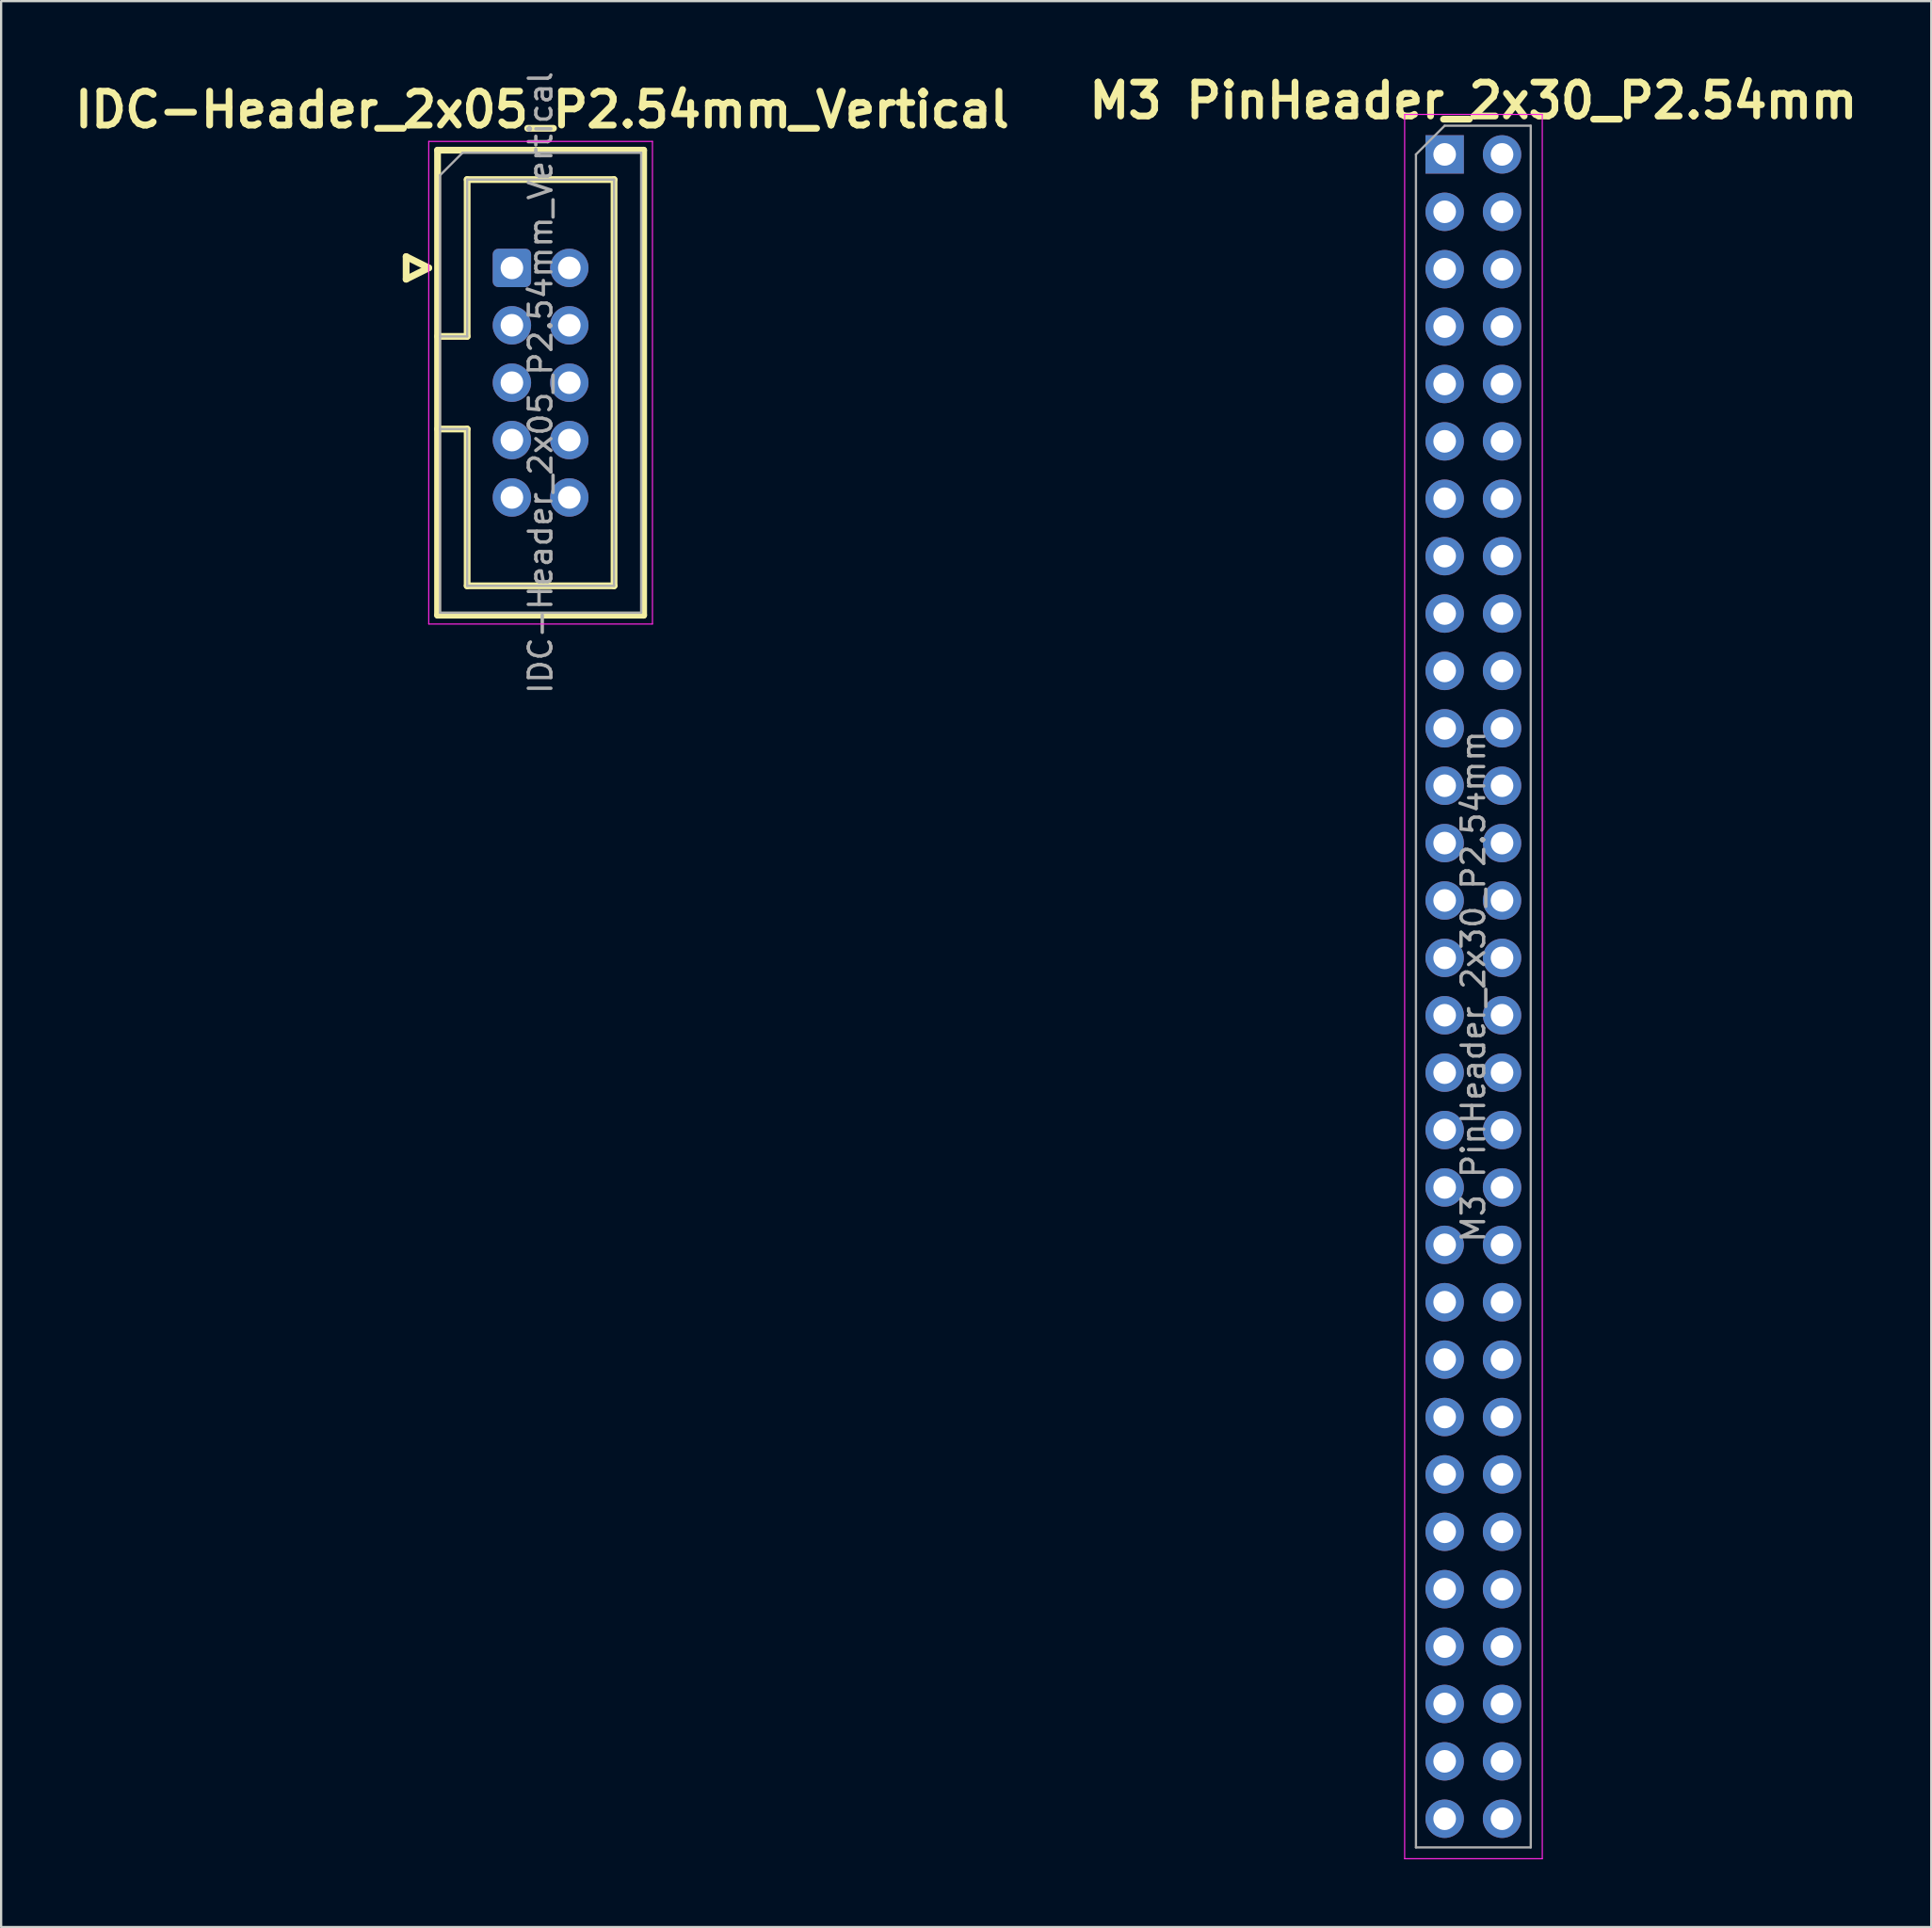
<source format=kicad_pcb>
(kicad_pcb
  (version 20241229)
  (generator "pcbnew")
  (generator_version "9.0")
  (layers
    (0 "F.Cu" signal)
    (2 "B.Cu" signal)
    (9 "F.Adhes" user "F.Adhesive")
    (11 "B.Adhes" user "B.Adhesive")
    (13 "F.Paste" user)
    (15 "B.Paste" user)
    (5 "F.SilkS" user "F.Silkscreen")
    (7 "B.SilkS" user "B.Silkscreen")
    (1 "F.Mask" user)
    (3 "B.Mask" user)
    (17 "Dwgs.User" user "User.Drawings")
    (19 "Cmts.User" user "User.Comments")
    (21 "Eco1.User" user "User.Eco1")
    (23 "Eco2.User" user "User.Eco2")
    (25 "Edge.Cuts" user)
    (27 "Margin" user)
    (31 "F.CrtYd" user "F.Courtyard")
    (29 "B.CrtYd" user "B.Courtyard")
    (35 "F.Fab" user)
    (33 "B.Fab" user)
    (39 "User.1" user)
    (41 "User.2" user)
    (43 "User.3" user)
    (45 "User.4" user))
  (footprint "M3 PinHeader_2x30_P2.54mm"
    (layer "F.Cu")
    (at 60.88 3.784)
    (property "Reference" "M3 PinHeader_2x30_P2.54mm" (at 1.27 -2.38 0) (layer "F.SilkS") (effects (font (size 1.5 1.5) (thickness 0.3) (bold yes))))
    (attr through_hole)
    (fp_line (start -1.77 -1.77) (end -1.77 75.43) (stroke (width 0.05) (type solid)) (layer "F.CrtYd"))
    (fp_line (start -1.77 75.43) (end 4.32 75.43) (stroke (width 0.05) (type solid)) (layer "F.CrtYd"))
    (fp_line (start 4.32 -1.77) (end -1.77 -1.77) (stroke (width 0.05) (type solid)) (layer "F.CrtYd"))
    (fp_line (start 4.32 75.43) (end 4.32 -1.77) (stroke (width 0.05) (type solid)) (layer "F.CrtYd"))
    (fp_line (start -1.27 0) (end 0 -1.27) (stroke (width 0.1) (type solid)) (layer "F.Fab"))
    (fp_line (start -1.27 74.93) (end -1.27 0) (stroke (width 0.1) (type solid)) (layer "F.Fab"))
    (fp_line (start 0 -1.27) (end 3.81 -1.27) (stroke (width 0.1) (type solid)) (layer "F.Fab"))
    (fp_line (start 3.81 -1.27) (end 3.81 74.93) (stroke (width 0.1) (type solid)) (layer "F.Fab"))
    (fp_line (start 3.81 74.93) (end -1.27 74.93) (stroke (width 0.1) (type solid)) (layer "F.Fab"))
    (fp_text user "${REFERENCE}" (at 1.27 36.83 270) (layer "F.Fab") (effects (font (size 1 1) (thickness 0.15))))
    (pad "1" thru_hole rect (at 0 0) (size 1.7 1.7) (drill 1) (layers "*.Cu" "*.Mask"))
    (pad "2" thru_hole circle (at 2.54 0) (size 1.7 1.7) (drill 1) (layers "*.Cu" "*.Mask"))
    (pad "3" thru_hole circle (at 0 2.54) (size 1.7 1.7) (drill 1) (layers "*.Cu" "*.Mask"))
    (pad "4" thru_hole circle (at 2.54 2.54) (size 1.7 1.7) (drill 1) (layers "*.Cu" "*.Mask"))
    (pad "5" thru_hole circle (at 0 5.08) (size 1.7 1.7) (drill 1) (layers "*.Cu" "*.Mask"))
    (pad "6" thru_hole circle (at 2.54 5.08) (size 1.7 1.7) (drill 1) (layers "*.Cu" "*.Mask"))
    (pad "7" thru_hole circle (at 0 7.62) (size 1.7 1.7) (drill 1) (layers "*.Cu" "*.Mask"))
    (pad "8" thru_hole circle (at 2.54 7.62) (size 1.7 1.7) (drill 1) (layers "*.Cu" "*.Mask"))
    (pad "9" thru_hole circle (at 0 10.16) (size 1.7 1.7) (drill 1) (layers "*.Cu" "*.Mask"))
    (pad "10" thru_hole circle (at 2.54 10.16) (size 1.7 1.7) (drill 1) (layers "*.Cu" "*.Mask"))
    (pad "11" thru_hole circle (at 0 12.7) (size 1.7 1.7) (drill 1) (layers "*.Cu" "*.Mask"))
    (pad "12" thru_hole circle (at 2.54 12.7) (size 1.7 1.7) (drill 1) (layers "*.Cu" "*.Mask"))
    (pad "13" thru_hole circle (at 0 15.24) (size 1.7 1.7) (drill 1) (layers "*.Cu" "*.Mask"))
    (pad "14" thru_hole circle (at 2.54 15.24) (size 1.7 1.7) (drill 1) (layers "*.Cu" "*.Mask"))
    (pad "15" thru_hole circle (at 0 17.78) (size 1.7 1.7) (drill 1) (layers "*.Cu" "*.Mask"))
    (pad "16" thru_hole circle (at 2.54 17.78) (size 1.7 1.7) (drill 1) (layers "*.Cu" "*.Mask"))
    (pad "17" thru_hole circle (at 0 20.32) (size 1.7 1.7) (drill 1) (layers "*.Cu" "*.Mask"))
    (pad "18" thru_hole circle (at 2.54 20.32) (size 1.7 1.7) (drill 1) (layers "*.Cu" "*.Mask"))
    (pad "19" thru_hole circle (at 0 22.86) (size 1.7 1.7) (drill 1) (layers "*.Cu" "*.Mask"))
    (pad "20" thru_hole circle (at 2.54 22.86) (size 1.7 1.7) (drill 1) (layers "*.Cu" "*.Mask"))
    (pad "21" thru_hole circle (at 0 25.4) (size 1.7 1.7) (drill 1) (layers "*.Cu" "*.Mask"))
    (pad "22" thru_hole circle (at 2.54 25.4) (size 1.7 1.7) (drill 1) (layers "*.Cu" "*.Mask"))
    (pad "23" thru_hole circle (at 0 27.94) (size 1.7 1.7) (drill 1) (layers "*.Cu" "*.Mask"))
    (pad "24" thru_hole circle (at 2.54 27.94) (size 1.7 1.7) (drill 1) (layers "*.Cu" "*.Mask"))
    (pad "25" thru_hole circle (at 0 30.48) (size 1.7 1.7) (drill 1) (layers "*.Cu" "*.Mask"))
    (pad "26" thru_hole circle (at 2.54 30.48) (size 1.7 1.7) (drill 1) (layers "*.Cu" "*.Mask"))
    (pad "27" thru_hole circle (at 0 33.02) (size 1.7 1.7) (drill 1) (layers "*.Cu" "*.Mask"))
    (pad "28" thru_hole circle (at 2.54 33.02) (size 1.7 1.7) (drill 1) (layers "*.Cu" "*.Mask"))
    (pad "29" thru_hole circle (at 0 35.56) (size 1.7 1.7) (drill 1) (layers "*.Cu" "*.Mask"))
    (pad "30" thru_hole circle (at 2.54 35.56) (size 1.7 1.7) (drill 1) (layers "*.Cu" "*.Mask"))
    (pad "31" thru_hole circle (at 0 38.1) (size 1.7 1.7) (drill 1) (layers "*.Cu" "*.Mask"))
    (pad "32" thru_hole circle (at 2.54 38.1) (size 1.7 1.7) (drill 1) (layers "*.Cu" "*.Mask"))
    (pad "33" thru_hole circle (at 0 40.64) (size 1.7 1.7) (drill 1) (layers "*.Cu" "*.Mask"))
    (pad "34" thru_hole circle (at 2.54 40.64) (size 1.7 1.7) (drill 1) (layers "*.Cu" "*.Mask"))
    (pad "35" thru_hole circle (at 0 43.18) (size 1.7 1.7) (drill 1) (layers "*.Cu" "*.Mask"))
    (pad "36" thru_hole circle (at 2.54 43.18) (size 1.7 1.7) (drill 1) (layers "*.Cu" "*.Mask"))
    (pad "37" thru_hole circle (at 0 45.72) (size 1.7 1.7) (drill 1) (layers "*.Cu" "*.Mask"))
    (pad "38" thru_hole circle (at 2.54 45.72) (size 1.7 1.7) (drill 1) (layers "*.Cu" "*.Mask"))
    (pad "39" thru_hole circle (at 0 48.26) (size 1.7 1.7) (drill 1) (layers "*.Cu" "*.Mask"))
    (pad "40" thru_hole circle (at 2.54 48.26) (size 1.7 1.7) (drill 1) (layers "*.Cu" "*.Mask"))
    (pad "41" thru_hole circle (at 0 50.8) (size 1.7 1.7) (drill 1) (layers "*.Cu" "*.Mask"))
    (pad "42" thru_hole circle (at 2.54 50.8) (size 1.7 1.7) (drill 1) (layers "*.Cu" "*.Mask"))
    (pad "43" thru_hole circle (at 0 53.34) (size 1.7 1.7) (drill 1) (layers "*.Cu" "*.Mask"))
    (pad "44" thru_hole circle (at 2.54 53.34) (size 1.7 1.7) (drill 1) (layers "*.Cu" "*.Mask"))
    (pad "45" thru_hole circle (at 0 55.88) (size 1.7 1.7) (drill 1) (layers "*.Cu" "*.Mask"))
    (pad "46" thru_hole circle (at 2.54 55.88) (size 1.7 1.7) (drill 1) (layers "*.Cu" "*.Mask"))
    (pad "47" thru_hole circle (at 0 58.42) (size 1.7 1.7) (drill 1) (layers "*.Cu" "*.Mask"))
    (pad "48" thru_hole circle (at 2.54 58.42) (size 1.7 1.7) (drill 1) (layers "*.Cu" "*.Mask"))
    (pad "49" thru_hole circle (at 0 60.96) (size 1.7 1.7) (drill 1) (layers "*.Cu" "*.Mask"))
    (pad "50" thru_hole circle (at 2.54 60.96) (size 1.7 1.7) (drill 1) (layers "*.Cu" "*.Mask"))
    (pad "51" thru_hole circle (at 0 63.5) (size 1.7 1.7) (drill 1) (layers "*.Cu" "*.Mask"))
    (pad "52" thru_hole circle (at 2.54 63.5) (size 1.7 1.7) (drill 1) (layers "*.Cu" "*.Mask"))
    (pad "53" thru_hole circle (at 0 66.04) (size 1.7 1.7) (drill 1) (layers "*.Cu" "*.Mask"))
    (pad "54" thru_hole circle (at 2.54 66.04) (size 1.7 1.7) (drill 1) (layers "*.Cu" "*.Mask"))
    (pad "55" thru_hole circle (at 0 68.58) (size 1.7 1.7) (drill 1) (layers "*.Cu" "*.Mask"))
    (pad "56" thru_hole circle (at 2.54 68.58) (size 1.7 1.7) (drill 1) (layers "*.Cu" "*.Mask"))
    (pad "57" thru_hole circle (at 0 71.12) (size 1.7 1.7) (drill 1) (layers "*.Cu" "*.Mask"))
    (pad "58" thru_hole circle (at 2.54 71.12) (size 1.7 1.7) (drill 1) (layers "*.Cu" "*.Mask"))
    (pad "59" thru_hole circle (at 0 73.66) (size 1.7 1.7) (drill 1) (layers "*.Cu" "*.Mask"))
    (pad "60" thru_hole circle (at 2.54 73.66) (size 1.7 1.7) (drill 1) (layers "*.Cu" "*.Mask")))
  (footprint "IDC-Header_2x05_P2.54mm_Vertical"
    (layer "F.Cu")
    (at 19.603 8.807)
    (property "Reference" "IDC-Header_2x05_P2.54mm_Vertical" (at 1.34 -7 0) (layer "F.SilkS") (effects (font (size 1.5 1.5) (thickness 0.3) (bold yes))))
    (attr through_hole)
    (fp_line (start -4.68 -0.5) (end -4.68 0.5) (stroke (width 0.3) (type solid)) (layer "F.SilkS"))
    (fp_line (start -4.68 0.5) (end -3.68 0) (stroke (width 0.3) (type solid)) (layer "F.SilkS"))
    (fp_line (start -3.68 0) (end -4.68 -0.5) (stroke (width 0.3) (type solid)) (layer "F.SilkS"))
    (fp_line (start -3.29 -5.21) (end 5.83 -5.21) (stroke (width 0.3) (type solid)) (layer "F.SilkS"))
    (fp_line (start -3.29 3.03) (end -1.98 3.03) (stroke (width 0.3) (type solid)) (layer "F.SilkS"))
    (fp_line (start -3.29 15.37) (end -3.29 -5.21) (stroke (width 0.3) (type solid)) (layer "F.SilkS"))
    (fp_line (start -1.98 -3.91) (end 4.52 -3.91) (stroke (width 0.3) (type solid)) (layer "F.SilkS"))
    (fp_line (start -1.98 3.03) (end -1.98 -3.91) (stroke (width 0.3) (type solid)) (layer "F.SilkS"))
    (fp_line (start -1.98 7.13) (end -3.29 7.13) (stroke (width 0.3) (type solid)) (layer "F.SilkS"))
    (fp_line (start -1.98 14.07) (end -1.98 7.13) (stroke (width 0.3) (type solid)) (layer "F.SilkS"))
    (fp_line (start 4.52 -3.91) (end 4.52 14.07) (stroke (width 0.3) (type solid)) (layer "F.SilkS"))
    (fp_line (start 4.52 14.07) (end -1.98 14.07) (stroke (width 0.3) (type solid)) (layer "F.SilkS"))
    (fp_line (start 5.83 -5.21) (end 5.83 15.37) (stroke (width 0.3) (type solid)) (layer "F.SilkS"))
    (fp_line (start 5.83 15.37) (end -3.29 15.37) (stroke (width 0.3) (type solid)) (layer "F.SilkS"))
    (fp_line (start -3.68 -5.6) (end -3.68 15.76) (stroke (width 0.05) (type solid)) (layer "F.CrtYd"))
    (fp_line (start -3.68 15.76) (end 6.22 15.76) (stroke (width 0.05) (type solid)) (layer "F.CrtYd"))
    (fp_line (start 6.22 -5.6) (end -3.68 -5.6) (stroke (width 0.05) (type solid)) (layer "F.CrtYd"))
    (fp_line (start 6.22 15.76) (end 6.22 -5.6) (stroke (width 0.05) (type solid)) (layer "F.CrtYd"))
    (fp_line (start -3.18 -4.1) (end -2.18 -5.1) (stroke (width 0.1) (type solid)) (layer "F.Fab"))
    (fp_line (start -3.18 3.03) (end -1.98 3.03) (stroke (width 0.1) (type solid)) (layer "F.Fab"))
    (fp_line (start -3.18 15.26) (end -3.18 -4.1) (stroke (width 0.1) (type solid)) (layer "F.Fab"))
    (fp_line (start -2.18 -5.1) (end 5.72 -5.1) (stroke (width 0.1) (type solid)) (layer "F.Fab"))
    (fp_line (start -1.98 -3.91) (end 4.52 -3.91) (stroke (width 0.1) (type solid)) (layer "F.Fab"))
    (fp_line (start -1.98 3.03) (end -1.98 -3.91) (stroke (width 0.1) (type solid)) (layer "F.Fab"))
    (fp_line (start -1.98 7.13) (end -3.18 7.13) (stroke (width 0.1) (type solid)) (layer "F.Fab"))
    (fp_line (start -1.98 14.07) (end -1.98 7.13) (stroke (width 0.1) (type solid)) (layer "F.Fab"))
    (fp_line (start 4.52 -3.91) (end 4.52 14.07) (stroke (width 0.1) (type solid)) (layer "F.Fab"))
    (fp_line (start 4.52 14.07) (end -1.98 14.07) (stroke (width 0.1) (type solid)) (layer "F.Fab"))
    (fp_line (start 5.72 -5.1) (end 5.72 15.26) (stroke (width 0.1) (type solid)) (layer "F.Fab"))
    (fp_line (start 5.72 15.26) (end -3.18 15.26) (stroke (width 0.1) (type solid)) (layer "F.Fab"))
    (fp_text user "${REFERENCE}" (at 1.27 5.08 90) (layer "F.Fab") (effects (font (size 1 1) (thickness 0.15))))
    (pad "1" thru_hole roundrect (at 0 0) (size 1.7 1.7) (drill 1) (layers "*.Cu" "*.Mask") (roundrect_rratio 0.147))
    (pad "2" thru_hole circle (at 2.54 0) (size 1.7 1.7) (drill 1) (layers "*.Cu" "*.Mask"))
    (pad "3" thru_hole circle (at 0 2.54) (size 1.7 1.7) (drill 1) (layers "*.Cu" "*.Mask"))
    (pad "4" thru_hole circle (at 2.54 2.54) (size 1.7 1.7) (drill 1) (layers "*.Cu" "*.Mask"))
    (pad "5" thru_hole circle (at 0 5.08) (size 1.7 1.7) (drill 1) (layers "*.Cu" "*.Mask"))
    (pad "6" thru_hole circle (at 2.54 5.08) (size 1.7 1.7) (drill 1) (layers "*.Cu" "*.Mask"))
    (pad "7" thru_hole circle (at 0 7.62) (size 1.7 1.7) (drill 1) (layers "*.Cu" "*.Mask"))
    (pad "8" thru_hole circle (at 2.54 7.62) (size 1.7 1.7) (drill 1) (layers "*.Cu" "*.Mask"))
    (pad "9" thru_hole circle (at 0 10.16) (size 1.7 1.7) (drill 1) (layers "*.Cu" "*.Mask"))
    (pad "10" thru_hole circle (at 2.54 10.16) (size 1.7 1.7) (drill 1) (layers "*.Cu" "*.Mask")))
  (gr_rect
    (start -3 -3)
    (end 82.414 82.239)
    (stroke (width 0.1) (type default))
    (fill no)
    (layer "Edge.Cuts")))
</source>
